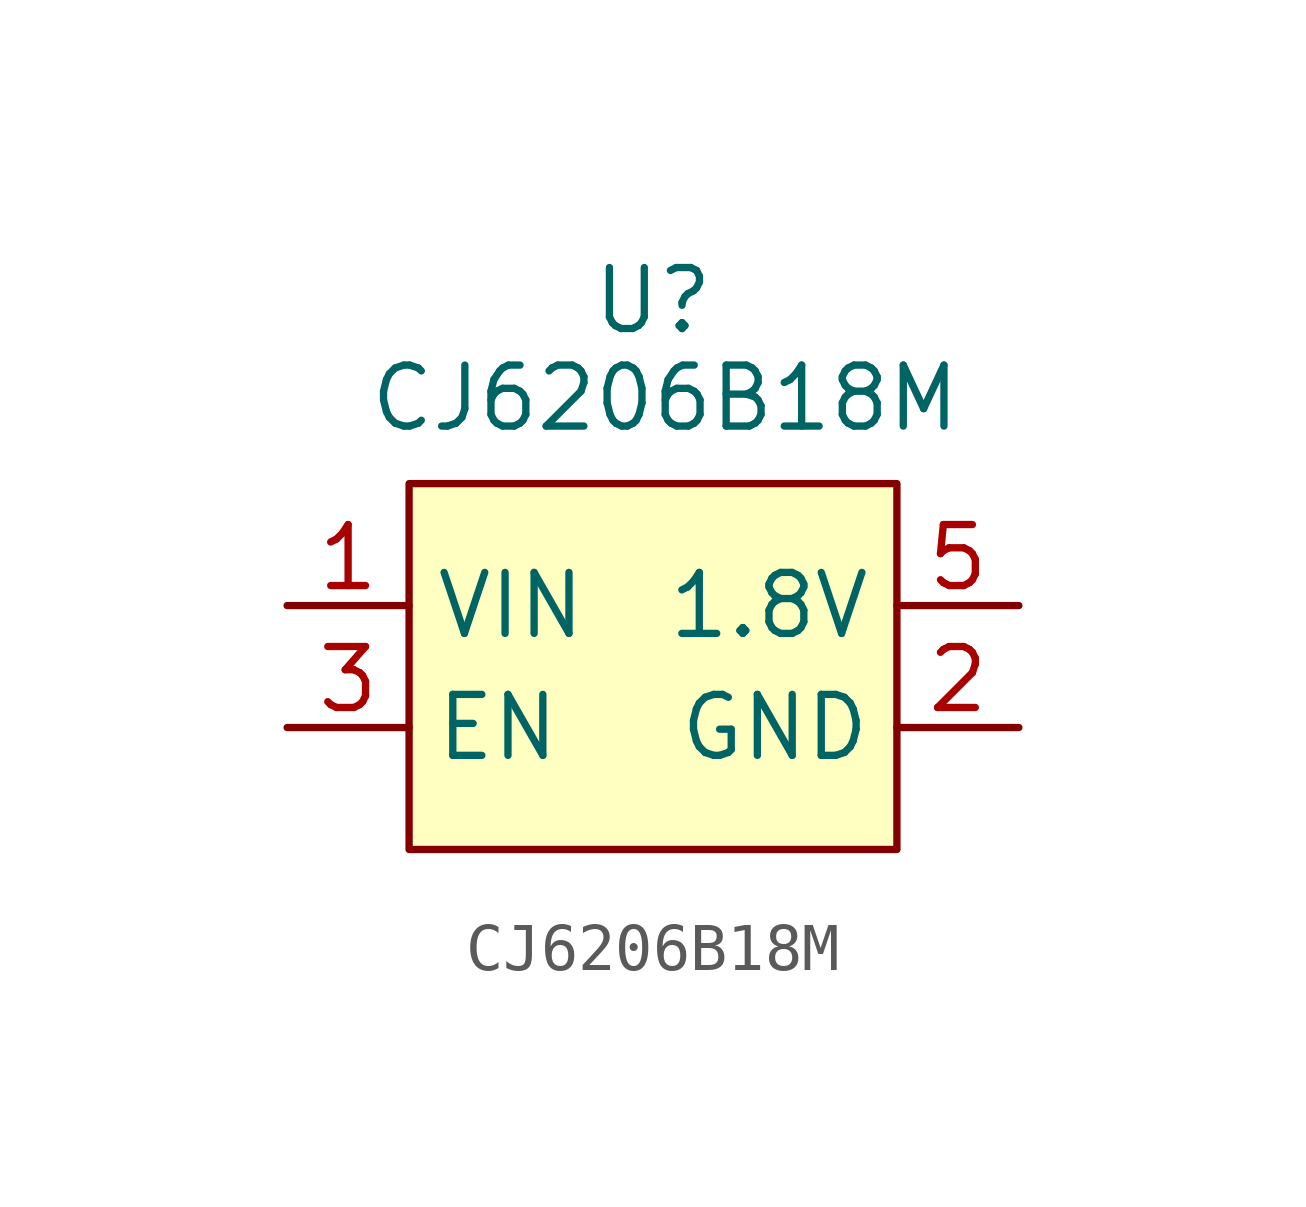
<source format=kicad_sym>
(kicad_symbol_lib
  (version 20231120)
  (generator "kicad_symbol_editor")
  (generator_version "8.0")
  (symbol "CJ6206B18M"
    (property "Reference" "U"
      (at 0 0 0)
      (effects (font (size 1.27 1.27))))
    (property "Value" "CJ6206B18M"
      (at 0.254 -2.032 0)
      (effects (font (size 1.27 1.27))))
    (symbol "CJ6206B18M_1_1"
      (rectangle (start -5.08 -3.81) (end 5.08 -11.43) (stroke (width 0) (type default)) (fill (type background)))
      (pin input line (at -7.62 -6.35 0) (length 2.54) (name "VIN" (effects (font (size 1.27 1.27)))) (number "1" (effects (font (size 1.27 1.27)))))
      (pin input line (at 7.62 -8.89 180) (length 2.54) (name "GND" (effects (font (size 1.27 1.27)))) (number "2" (effects (font (size 1.27 1.27)))))
      (pin input line (at -7.62 -8.89 0) (length 2.54) (name "EN" (effects (font (size 1.27 1.27)))) (number "3" (effects (font (size 1.27 1.27)))))
      (pin input line (at 7.62 -6.35 180) (length 2.54) (name "1.8V" (effects (font (size 1.27 1.27)))) (number "5" (effects (font (size 1.27 1.27))))))))
</source>
